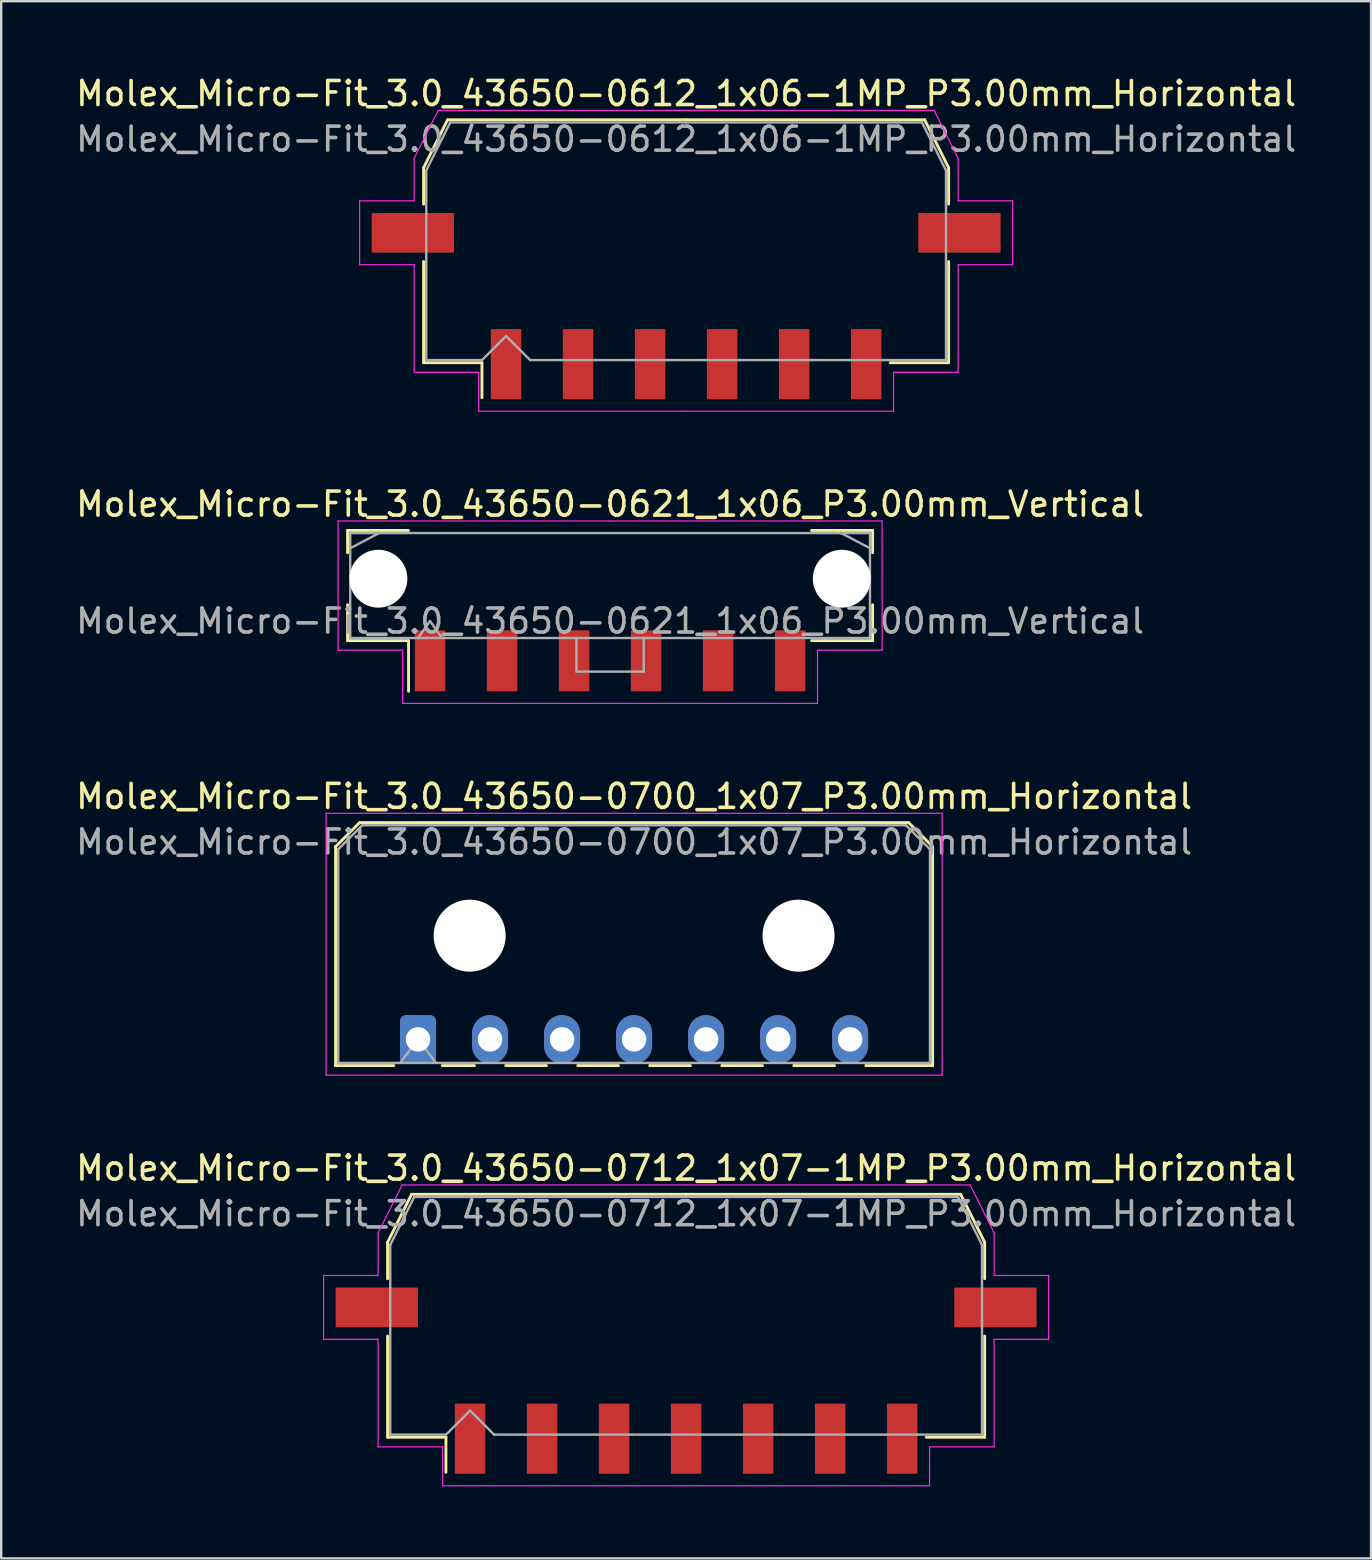
<source format=kicad_pcb>
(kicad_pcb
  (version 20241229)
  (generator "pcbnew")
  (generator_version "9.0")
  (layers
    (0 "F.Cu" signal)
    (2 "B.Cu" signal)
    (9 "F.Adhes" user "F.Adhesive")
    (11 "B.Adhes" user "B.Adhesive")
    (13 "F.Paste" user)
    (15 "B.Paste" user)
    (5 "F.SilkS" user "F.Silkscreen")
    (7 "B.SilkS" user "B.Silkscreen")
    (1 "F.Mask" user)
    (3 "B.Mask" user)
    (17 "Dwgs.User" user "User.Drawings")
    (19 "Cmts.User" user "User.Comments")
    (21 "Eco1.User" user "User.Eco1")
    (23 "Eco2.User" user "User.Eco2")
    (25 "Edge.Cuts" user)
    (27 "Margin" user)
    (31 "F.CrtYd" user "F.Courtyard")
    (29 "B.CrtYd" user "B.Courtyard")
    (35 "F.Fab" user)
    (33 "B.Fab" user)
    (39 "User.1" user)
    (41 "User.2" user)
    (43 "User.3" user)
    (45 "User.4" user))
  (footprint "Molex_Micro-Fit_3.0_43650-0700_1x07_P3.00mm_Horizontal"
    (layer "F.Cu")
    (at 14.363 40.245)
    (property "Reference" "Molex_Micro-Fit_3.0_43650-0700_1x07_P3.00mm_Horizontal" (at 9 -10.12 0) (layer "F.SilkS") (effects (font (size 1 1) (thickness 0.15))))
    (attr through_hole)
    (fp_line (start -3.435 -8.03) (end -2.435 -9.03) (stroke (width 0.12) (type solid)) (layer "F.SilkS"))
    (fp_line (start -3.435 1.09) (end -3.435 -8.03) (stroke (width 0.12) (type solid)) (layer "F.SilkS"))
    (fp_line (start -3.435 1.09) (end -1.01 1.09) (stroke (width 0.12) (type solid)) (layer "F.SilkS"))
    (fp_line (start -2.435 -9.03) (end 20.435 -9.03) (stroke (width 0.12) (type solid)) (layer "F.SilkS"))
    (fp_line (start 1.01 1.09) (end 2.348 1.09) (stroke (width 0.12) (type solid)) (layer "F.SilkS"))
    (fp_line (start 3.652 1.09) (end 5.348 1.09) (stroke (width 0.12) (type solid)) (layer "F.SilkS"))
    (fp_line (start 6.652 1.09) (end 8.348 1.09) (stroke (width 0.12) (type solid)) (layer "F.SilkS"))
    (fp_line (start 9.652 1.09) (end 11.348 1.09) (stroke (width 0.12) (type solid)) (layer "F.SilkS"))
    (fp_line (start 12.652 1.09) (end 14.348 1.09) (stroke (width 0.12) (type solid)) (layer "F.SilkS"))
    (fp_line (start 15.652 1.09) (end 17.348 1.09) (stroke (width 0.12) (type solid)) (layer "F.SilkS"))
    (fp_line (start 20.435 -9.03) (end 21.435 -8.03) (stroke (width 0.12) (type solid)) (layer "F.SilkS"))
    (fp_line (start 21.435 -8.03) (end 21.435 1.09) (stroke (width 0.12) (type solid)) (layer "F.SilkS"))
    (fp_line (start 21.435 1.09) (end 18.652 1.09) (stroke (width 0.12) (type solid)) (layer "F.SilkS"))
    (fp_line (start -3.83 -9.42) (end 21.83 -9.42) (stroke (width 0.05) (type solid)) (layer "F.CrtYd"))
    (fp_line (start -3.83 1.49) (end -3.83 -9.42) (stroke (width 0.05) (type solid)) (layer "F.CrtYd"))
    (fp_line (start 21.83 -9.42) (end 21.83 1.49) (stroke (width 0.05) (type solid)) (layer "F.CrtYd"))
    (fp_line (start 21.83 1.49) (end -3.83 1.49) (stroke (width 0.05) (type solid)) (layer "F.CrtYd"))
    (fp_line (start -3.325 -7.92) (end -2.325 -8.92) (stroke (width 0.1) (type solid)) (layer "F.Fab"))
    (fp_line (start -3.325 0.98) (end -3.325 -7.92) (stroke (width 0.1) (type solid)) (layer "F.Fab"))
    (fp_line (start -2.325 -8.92) (end 20.325 -8.92) (stroke (width 0.1) (type solid)) (layer "F.Fab"))
    (fp_line (start -0.75 0.98) (end 0 0) (stroke (width 0.1) (type solid)) (layer "F.Fab"))
    (fp_line (start 0 0) (end 0.75 0.98) (stroke (width 0.1) (type solid)) (layer "F.Fab"))
    (fp_line (start 20.325 -8.92) (end 21.325 -7.92) (stroke (width 0.1) (type solid)) (layer "F.Fab"))
    (fp_line (start 21.325 -7.92) (end 21.325 0.98) (stroke (width 0.1) (type solid)) (layer "F.Fab"))
    (fp_line (start 21.325 0.98) (end -3.325 0.98) (stroke (width 0.1) (type solid)) (layer "F.Fab"))
    (fp_text user "${REFERENCE}" (at 9 -8.22 0) (layer "F.Fab") (effects (font (size 1 1) (thickness 0.15))))
    (pad "" np_thru_hole circle (at 2.15 -4.32) (size 3 3) (drill 3) (layers "*.Cu" "*.Mask"))
    (pad "" np_thru_hole circle (at 15.85 -4.32) (size 3 3) (drill 3) (layers "*.Cu" "*.Mask"))
    (pad "1" thru_hole roundrect (at 0 0) (size 1.5 2.02) (drill 1.02) (layers "*.Cu" "*.Mask") (roundrect_rratio 0.167))
    (pad "2" thru_hole oval (at 3 0) (size 1.5 2.02) (drill 1.02) (layers "*.Cu" "*.Mask"))
    (pad "3" thru_hole oval (at 6 0) (size 1.5 2.02) (drill 1.02) (layers "*.Cu" "*.Mask"))
    (pad "4" thru_hole oval (at 9 0) (size 1.5 2.02) (drill 1.02) (layers "*.Cu" "*.Mask"))
    (pad "5" thru_hole oval (at 12 0) (size 1.5 2.02) (drill 1.02) (layers "*.Cu" "*.Mask"))
    (pad "6" thru_hole oval (at 15 0) (size 1.5 2.02) (drill 1.02) (layers "*.Cu" "*.Mask"))
    (pad "7" thru_hole oval (at 18 0) (size 1.5 2.02) (drill 1.02) (layers "*.Cu" "*.Mask")))
  (footprint "Molex_Micro-Fit_3.0_43650-0612_1x06-1MP_P3.00mm_Horizontal"
    (layer "F.Cu")
    (at 25.53 6.998)
    (property "Reference" "Molex_Micro-Fit_3.0_43650-0612_1x06-1MP_P3.00mm_Horizontal" (at 0 -6.15 0) (layer "F.SilkS") (effects (font (size 1 1) (thickness 0.15))))
    (attr smd)
    (fp_line (start -10.935 -3.06) (end -10.935 -1.545) (stroke (width 0.12) (type solid)) (layer "F.SilkS"))
    (fp_line (start -10.935 0.845) (end -10.935 5.06) (stroke (width 0.12) (type solid)) (layer "F.SilkS"))
    (fp_line (start -10.935 5.06) (end -8.505 5.06) (stroke (width 0.12) (type solid)) (layer "F.SilkS"))
    (fp_line (start -9.935 -5.06) (end -10.935 -3.06) (stroke (width 0.12) (type solid)) (layer "F.SilkS"))
    (fp_line (start -8.505 5.06) (end -8.505 6.52) (stroke (width 0.12) (type solid)) (layer "F.SilkS"))
    (fp_line (start 0 -5.06) (end -9.935 -5.06) (stroke (width 0.12) (type solid)) (layer "F.SilkS"))
    (fp_line (start 0 -5.06) (end 9.935 -5.06) (stroke (width 0.12) (type solid)) (layer "F.SilkS"))
    (fp_line (start 9.935 -5.06) (end 10.935 -3.06) (stroke (width 0.12) (type solid)) (layer "F.SilkS"))
    (fp_line (start 10.935 -3.06) (end 10.935 -1.545) (stroke (width 0.12) (type solid)) (layer "F.SilkS"))
    (fp_line (start 10.935 0.845) (end 10.935 5.06) (stroke (width 0.12) (type solid)) (layer "F.SilkS"))
    (fp_line (start 10.935 5.06) (end 8.505 5.06) (stroke (width 0.12) (type solid)) (layer "F.SilkS"))
    (fp_line (start -13.6 -1.68) (end -13.6 0.98) (stroke (width 0.05) (type solid)) (layer "F.CrtYd"))
    (fp_line (start -13.6 0.98) (end -11.33 0.98) (stroke (width 0.05) (type solid)) (layer "F.CrtYd"))
    (fp_line (start -11.33 -3.45) (end -11.33 -1.68) (stroke (width 0.05) (type solid)) (layer "F.CrtYd"))
    (fp_line (start -11.33 -1.68) (end -13.6 -1.68) (stroke (width 0.05) (type solid)) (layer "F.CrtYd"))
    (fp_line (start -11.33 0.98) (end -11.33 5.46) (stroke (width 0.05) (type solid)) (layer "F.CrtYd"))
    (fp_line (start -11.33 5.46) (end -8.64 5.46) (stroke (width 0.05) (type solid)) (layer "F.CrtYd"))
    (fp_line (start -10.33 -5.45) (end -11.33 -3.45) (stroke (width 0.05) (type solid)) (layer "F.CrtYd"))
    (fp_line (start -8.64 5.46) (end -8.64 7.08) (stroke (width 0.05) (type solid)) (layer "F.CrtYd"))
    (fp_line (start -8.64 7.08) (end 0 7.08) (stroke (width 0.05) (type solid)) (layer "F.CrtYd"))
    (fp_line (start 0 -5.45) (end -10.33 -5.45) (stroke (width 0.05) (type solid)) (layer "F.CrtYd"))
    (fp_line (start 0 -5.45) (end 10.33 -5.45) (stroke (width 0.05) (type solid)) (layer "F.CrtYd"))
    (fp_line (start 8.64 5.46) (end 8.64 7.08) (stroke (width 0.05) (type solid)) (layer "F.CrtYd"))
    (fp_line (start 8.64 7.08) (end 0 7.08) (stroke (width 0.05) (type solid)) (layer "F.CrtYd"))
    (fp_line (start 10.33 -5.45) (end 11.33 -3.45) (stroke (width 0.05) (type solid)) (layer "F.CrtYd"))
    (fp_line (start 11.33 -3.45) (end 11.33 -1.68) (stroke (width 0.05) (type solid)) (layer "F.CrtYd"))
    (fp_line (start 11.33 -1.68) (end 13.6 -1.68) (stroke (width 0.05) (type solid)) (layer "F.CrtYd"))
    (fp_line (start 11.33 0.98) (end 11.33 5.46) (stroke (width 0.05) (type solid)) (layer "F.CrtYd"))
    (fp_line (start 11.33 5.46) (end 8.64 5.46) (stroke (width 0.05) (type solid)) (layer "F.CrtYd"))
    (fp_line (start 13.6 -1.68) (end 13.6 0.98) (stroke (width 0.05) (type solid)) (layer "F.CrtYd"))
    (fp_line (start 13.6 0.98) (end 11.33 0.98) (stroke (width 0.05) (type solid)) (layer "F.CrtYd"))
    (fp_line (start -10.825 -2.95) (end -10.825 -1.175) (stroke (width 0.1) (type solid)) (layer "F.Fab"))
    (fp_line (start -10.825 -1.175) (end -10.825 4.95) (stroke (width 0.1) (type solid)) (layer "F.Fab"))
    (fp_line (start -10.825 4.95) (end -8.5 4.95) (stroke (width 0.1) (type solid)) (layer "F.Fab"))
    (fp_line (start -9.825 -4.95) (end -10.825 -2.95) (stroke (width 0.1) (type solid)) (layer "F.Fab"))
    (fp_line (start -8.5 4.95) (end -7.5 3.95) (stroke (width 0.1) (type solid)) (layer "F.Fab"))
    (fp_line (start -7.5 3.95) (end -6.5 4.95) (stroke (width 0.1) (type solid)) (layer "F.Fab"))
    (fp_line (start -6.5 4.95) (end 0 4.95) (stroke (width 0.1) (type solid)) (layer "F.Fab"))
    (fp_line (start 0 -4.95) (end -9.825 -4.95) (stroke (width 0.1) (type solid)) (layer "F.Fab"))
    (fp_line (start 0 -4.95) (end 9.825 -4.95) (stroke (width 0.1) (type solid)) (layer "F.Fab"))
    (fp_line (start 8.135 4.95) (end 0 4.95) (stroke (width 0.1) (type solid)) (layer "F.Fab"))
    (fp_line (start 9.825 -4.95) (end 10.825 -2.95) (stroke (width 0.1) (type solid)) (layer "F.Fab"))
    (fp_line (start 10.825 -2.95) (end 10.825 -1.175) (stroke (width 0.1) (type solid)) (layer "F.Fab"))
    (fp_line (start 10.825 -1.175) (end 10.825 4.95) (stroke (width 0.1) (type solid)) (layer "F.Fab"))
    (fp_line (start 10.825 4.95) (end 8.135 4.95) (stroke (width 0.1) (type solid)) (layer "F.Fab"))
    (fp_text user "${REFERENCE}" (at 0 -4.25 0) (layer "F.Fab") (effects (font (size 1 1) (thickness 0.15))))
    (pad "1" smd rect (at -7.5 5.12) (size 1.27 2.92) (layers "F.Cu" "F.Mask" "F.Paste"))
    (pad "2" smd rect (at -4.5 5.12) (size 1.27 2.92) (layers "F.Cu" "F.Mask" "F.Paste"))
    (pad "3" smd rect (at -1.5 5.12) (size 1.27 2.92) (layers "F.Cu" "F.Mask" "F.Paste"))
    (pad "4" smd rect (at 1.5 5.12) (size 1.27 2.92) (layers "F.Cu" "F.Mask" "F.Paste"))
    (pad "5" smd rect (at 4.5 5.12) (size 1.27 2.92) (layers "F.Cu" "F.Mask" "F.Paste"))
    (pad "6" smd rect (at 7.5 5.12) (size 1.27 2.92) (layers "F.Cu" "F.Mask" "F.Paste"))
    (pad "MP" smd rect (at -11.385 -0.35) (size 3.43 1.65) (layers "F.Cu" "F.Mask" "F.Paste"))
    (pad "MP" smd rect (at 11.385 -0.35) (size 3.43 1.65) (layers "F.Cu" "F.Mask" "F.Paste")))
  (footprint "Molex_Micro-Fit_3.0_43650-0621_1x06_P3.00mm_Vertical"
    (layer "F.Cu")
    (at 22.363 21.341)
    (property "Reference" "Molex_Micro-Fit_3.0_43650-0621_1x06_P3.00mm_Vertical" (at 0 -3.39 0) (layer "F.SilkS") (effects (font (size 1 1) (thickness 0.15))))
    (attr smd)
    (fp_line (start -10.935 -2.295) (end -9.515 -2.295) (stroke (width 0.12) (type solid)) (layer "F.SilkS"))
    (fp_line (start -10.935 -1.37) (end -10.935 -2.295) (stroke (width 0.12) (type solid)) (layer "F.SilkS"))
    (fp_line (start -10.935 0.8) (end -10.935 2.295) (stroke (width 0.12) (type solid)) (layer "F.SilkS"))
    (fp_line (start -10.935 2.295) (end -8.395 2.295) (stroke (width 0.12) (type solid)) (layer "F.SilkS"))
    (fp_line (start -9.515 -2.295) (end -8.395 -2.295) (stroke (width 0.12) (type solid)) (layer "F.SilkS"))
    (fp_line (start -8.395 2.295) (end -8.395 4.405) (stroke (width 0.12) (type solid)) (layer "F.SilkS"))
    (fp_line (start 9.515 -2.295) (end 8.395 -2.295) (stroke (width 0.12) (type solid)) (layer "F.SilkS"))
    (fp_line (start 10.935 -2.295) (end 9.515 -2.295) (stroke (width 0.12) (type solid)) (layer "F.SilkS"))
    (fp_line (start 10.935 -1.37) (end 10.935 -2.295) (stroke (width 0.12) (type solid)) (layer "F.SilkS"))
    (fp_line (start 10.935 0.8) (end 10.935 2.295) (stroke (width 0.12) (type solid)) (layer "F.SilkS"))
    (fp_line (start 10.935 2.295) (end 8.395 2.295) (stroke (width 0.12) (type solid)) (layer "F.SilkS"))
    (fp_line (start -11.33 -2.69) (end -11.33 2.69) (stroke (width 0.05) (type solid)) (layer "F.CrtYd"))
    (fp_line (start -11.33 2.69) (end -8.64 2.69) (stroke (width 0.05) (type solid)) (layer "F.CrtYd"))
    (fp_line (start -8.64 -2.69) (end -11.33 -2.69) (stroke (width 0.05) (type solid)) (layer "F.CrtYd"))
    (fp_line (start -8.64 2.69) (end -8.64 4.91) (stroke (width 0.05) (type solid)) (layer "F.CrtYd"))
    (fp_line (start -8.64 4.91) (end 0 4.91) (stroke (width 0.05) (type solid)) (layer "F.CrtYd"))
    (fp_line (start 0 -2.69) (end -8.64 -2.69) (stroke (width 0.05) (type solid)) (layer "F.CrtYd"))
    (fp_line (start 0 -2.69) (end 8.64 -2.69) (stroke (width 0.05) (type solid)) (layer "F.CrtYd"))
    (fp_line (start 8.64 -2.69) (end 11.33 -2.69) (stroke (width 0.05) (type solid)) (layer "F.CrtYd"))
    (fp_line (start 8.64 2.69) (end 8.64 4.91) (stroke (width 0.05) (type solid)) (layer "F.CrtYd"))
    (fp_line (start 8.64 4.91) (end 0 4.91) (stroke (width 0.05) (type solid)) (layer "F.CrtYd"))
    (fp_line (start 11.33 -2.69) (end 11.33 2.69) (stroke (width 0.05) (type solid)) (layer "F.CrtYd"))
    (fp_line (start 11.33 2.69) (end 8.64 2.69) (stroke (width 0.05) (type solid)) (layer "F.CrtYd"))
    (fp_line (start -10.825 -2.185) (end -10.825 2.185) (stroke (width 0.1) (type solid)) (layer "F.Fab"))
    (fp_line (start -10.825 -1.555) (end -9.625 -2.185) (stroke (width 0.1) (type solid)) (layer "F.Fab"))
    (fp_line (start -10.825 2.185) (end 10.825 2.185) (stroke (width 0.1) (type solid)) (layer "F.Fab"))
    (fp_line (start -9.625 -2.185) (end -10.825 -2.185) (stroke (width 0.1) (type solid)) (layer "F.Fab"))
    (fp_line (start -8 2.185) (end -7.5 1.478) (stroke (width 0.1) (type solid)) (layer "F.Fab"))
    (fp_line (start -7.5 1.478) (end -7 2.185) (stroke (width 0.1) (type solid)) (layer "F.Fab"))
    (fp_line (start -1.4 2.185) (end -1.4 3.585) (stroke (width 0.1) (type solid)) (layer "F.Fab"))
    (fp_line (start -1.4 3.585) (end 1.4 3.585) (stroke (width 0.1) (type solid)) (layer "F.Fab"))
    (fp_line (start 1.4 3.585) (end 1.4 2.185) (stroke (width 0.1) (type solid)) (layer "F.Fab"))
    (fp_line (start 9.625 -2.185) (end -9.625 -2.185) (stroke (width 0.1) (type solid)) (layer "F.Fab"))
    (fp_line (start 10.825 -2.185) (end 9.625 -2.185) (stroke (width 0.1) (type solid)) (layer "F.Fab"))
    (fp_line (start 10.825 -1.555) (end 9.625 -2.185) (stroke (width 0.1) (type solid)) (layer "F.Fab"))
    (fp_line (start 10.825 2.185) (end 10.825 -2.185) (stroke (width 0.1) (type solid)) (layer "F.Fab"))
    (fp_text user "${REFERENCE}" (at 0 1.48 0) (layer "F.Fab") (effects (font (size 1 1) (thickness 0.15))))
    (pad "" np_thru_hole circle (at -9.65 -0.285) (size 2.41 2.41) (drill 2.41) (layers "*.Cu" "*.Mask"))
    (pad "" np_thru_hole circle (at 9.65 -0.285) (size 2.41 2.41) (drill 2.41) (layers "*.Cu" "*.Mask"))
    (pad "1" smd rect (at -7.5 3.135) (size 1.27 2.54) (layers "F.Cu" "F.Mask" "F.Paste"))
    (pad "2" smd rect (at -4.5 3.135) (size 1.27 2.54) (layers "F.Cu" "F.Mask" "F.Paste"))
    (pad "3" smd rect (at -1.5 3.135) (size 1.27 2.54) (layers "F.Cu" "F.Mask" "F.Paste"))
    (pad "4" smd rect (at 1.5 3.135) (size 1.27 2.54) (layers "F.Cu" "F.Mask" "F.Paste"))
    (pad "5" smd rect (at 4.5 3.135) (size 1.27 2.54) (layers "F.Cu" "F.Mask" "F.Paste"))
    (pad "6" smd rect (at 7.5 3.135) (size 1.27 2.54) (layers "F.Cu" "F.Mask" "F.Paste")))
  (footprint "Molex_Micro-Fit_3.0_43650-0712_1x07-1MP_P3.00mm_Horizontal"
    (layer "F.Cu")
    (at 25.53 51.758)
    (property "Reference" "Molex_Micro-Fit_3.0_43650-0712_1x07-1MP_P3.00mm_Horizontal" (at 0 -6.15 0) (layer "F.SilkS") (effects (font (size 1 1) (thickness 0.15))))
    (attr smd)
    (fp_line (start -12.435 -3.06) (end -12.435 -1.545) (stroke (width 0.12) (type solid)) (layer "F.SilkS"))
    (fp_line (start -12.435 0.845) (end -12.435 5.06) (stroke (width 0.12) (type solid)) (layer "F.SilkS"))
    (fp_line (start -12.435 5.06) (end -10.005 5.06) (stroke (width 0.12) (type solid)) (layer "F.SilkS"))
    (fp_line (start -11.435 -5.06) (end -12.435 -3.06) (stroke (width 0.12) (type solid)) (layer "F.SilkS"))
    (fp_line (start -10.005 5.06) (end -10.005 6.52) (stroke (width 0.12) (type solid)) (layer "F.SilkS"))
    (fp_line (start 0 -5.06) (end -11.435 -5.06) (stroke (width 0.12) (type solid)) (layer "F.SilkS"))
    (fp_line (start 0 -5.06) (end 11.435 -5.06) (stroke (width 0.12) (type solid)) (layer "F.SilkS"))
    (fp_line (start 11.435 -5.06) (end 12.435 -3.06) (stroke (width 0.12) (type solid)) (layer "F.SilkS"))
    (fp_line (start 12.435 -3.06) (end 12.435 -1.545) (stroke (width 0.12) (type solid)) (layer "F.SilkS"))
    (fp_line (start 12.435 0.845) (end 12.435 5.06) (stroke (width 0.12) (type solid)) (layer "F.SilkS"))
    (fp_line (start 12.435 5.06) (end 10.005 5.06) (stroke (width 0.12) (type solid)) (layer "F.SilkS"))
    (fp_line (start -15.1 -1.68) (end -15.1 0.98) (stroke (width 0.05) (type solid)) (layer "F.CrtYd"))
    (fp_line (start -15.1 0.98) (end -12.83 0.98) (stroke (width 0.05) (type solid)) (layer "F.CrtYd"))
    (fp_line (start -12.83 -3.45) (end -12.83 -1.68) (stroke (width 0.05) (type solid)) (layer "F.CrtYd"))
    (fp_line (start -12.83 -1.68) (end -15.1 -1.68) (stroke (width 0.05) (type solid)) (layer "F.CrtYd"))
    (fp_line (start -12.83 0.98) (end -12.83 5.46) (stroke (width 0.05) (type solid)) (layer "F.CrtYd"))
    (fp_line (start -12.83 5.46) (end -10.14 5.46) (stroke (width 0.05) (type solid)) (layer "F.CrtYd"))
    (fp_line (start -11.83 -5.45) (end -12.83 -3.45) (stroke (width 0.05) (type solid)) (layer "F.CrtYd"))
    (fp_line (start -10.14 5.46) (end -10.14 7.08) (stroke (width 0.05) (type solid)) (layer "F.CrtYd"))
    (fp_line (start -10.14 7.08) (end 0 7.08) (stroke (width 0.05) (type solid)) (layer "F.CrtYd"))
    (fp_line (start 0 -5.45) (end -11.83 -5.45) (stroke (width 0.05) (type solid)) (layer "F.CrtYd"))
    (fp_line (start 0 -5.45) (end 11.83 -5.45) (stroke (width 0.05) (type solid)) (layer "F.CrtYd"))
    (fp_line (start 10.14 5.46) (end 10.14 7.08) (stroke (width 0.05) (type solid)) (layer "F.CrtYd"))
    (fp_line (start 10.14 7.08) (end 0 7.08) (stroke (width 0.05) (type solid)) (layer "F.CrtYd"))
    (fp_line (start 11.83 -5.45) (end 12.83 -3.45) (stroke (width 0.05) (type solid)) (layer "F.CrtYd"))
    (fp_line (start 12.83 -3.45) (end 12.83 -1.68) (stroke (width 0.05) (type solid)) (layer "F.CrtYd"))
    (fp_line (start 12.83 -1.68) (end 15.1 -1.68) (stroke (width 0.05) (type solid)) (layer "F.CrtYd"))
    (fp_line (start 12.83 0.98) (end 12.83 5.46) (stroke (width 0.05) (type solid)) (layer "F.CrtYd"))
    (fp_line (start 12.83 5.46) (end 10.14 5.46) (stroke (width 0.05) (type solid)) (layer "F.CrtYd"))
    (fp_line (start 15.1 -1.68) (end 15.1 0.98) (stroke (width 0.05) (type solid)) (layer "F.CrtYd"))
    (fp_line (start 15.1 0.98) (end 12.83 0.98) (stroke (width 0.05) (type solid)) (layer "F.CrtYd"))
    (fp_line (start -12.325 -2.95) (end -12.325 -1.175) (stroke (width 0.1) (type solid)) (layer "F.Fab"))
    (fp_line (start -12.325 -1.175) (end -12.325 4.95) (stroke (width 0.1) (type solid)) (layer "F.Fab"))
    (fp_line (start -12.325 4.95) (end -10 4.95) (stroke (width 0.1) (type solid)) (layer "F.Fab"))
    (fp_line (start -11.325 -4.95) (end -12.325 -2.95) (stroke (width 0.1) (type solid)) (layer "F.Fab"))
    (fp_line (start -10 4.95) (end -9 3.95) (stroke (width 0.1) (type solid)) (layer "F.Fab"))
    (fp_line (start -9 3.95) (end -8 4.95) (stroke (width 0.1) (type solid)) (layer "F.Fab"))
    (fp_line (start -8 4.95) (end 0 4.95) (stroke (width 0.1) (type solid)) (layer "F.Fab"))
    (fp_line (start 0 -4.95) (end -11.325 -4.95) (stroke (width 0.1) (type solid)) (layer "F.Fab"))
    (fp_line (start 0 -4.95) (end 11.325 -4.95) (stroke (width 0.1) (type solid)) (layer "F.Fab"))
    (fp_line (start 9.635 4.95) (end 0 4.95) (stroke (width 0.1) (type solid)) (layer "F.Fab"))
    (fp_line (start 11.325 -4.95) (end 12.325 -2.95) (stroke (width 0.1) (type solid)) (layer "F.Fab"))
    (fp_line (start 12.325 -2.95) (end 12.325 -1.175) (stroke (width 0.1) (type solid)) (layer "F.Fab"))
    (fp_line (start 12.325 -1.175) (end 12.325 4.95) (stroke (width 0.1) (type solid)) (layer "F.Fab"))
    (fp_line (start 12.325 4.95) (end 9.635 4.95) (stroke (width 0.1) (type solid)) (layer "F.Fab"))
    (fp_text user "${REFERENCE}" (at 0 -4.25 0) (layer "F.Fab") (effects (font (size 1 1) (thickness 0.15))))
    (pad "1" smd rect (at -9 5.12) (size 1.27 2.92) (layers "F.Cu" "F.Mask" "F.Paste"))
    (pad "2" smd rect (at -6 5.12) (size 1.27 2.92) (layers "F.Cu" "F.Mask" "F.Paste"))
    (pad "3" smd rect (at -3 5.12) (size 1.27 2.92) (layers "F.Cu" "F.Mask" "F.Paste"))
    (pad "4" smd rect (at 0 5.12) (size 1.27 2.92) (layers "F.Cu" "F.Mask" "F.Paste"))
    (pad "5" smd rect (at 3 5.12) (size 1.27 2.92) (layers "F.Cu" "F.Mask" "F.Paste"))
    (pad "6" smd rect (at 6 5.12) (size 1.27 2.92) (layers "F.Cu" "F.Mask" "F.Paste"))
    (pad "7" smd rect (at 9 5.12) (size 1.27 2.92) (layers "F.Cu" "F.Mask" "F.Paste"))
    (pad "MP" smd rect (at -12.885 -0.35) (size 3.43 1.65) (layers "F.Cu" "F.Mask" "F.Paste"))
    (pad "MP" smd rect (at 12.885 -0.35) (size 3.43 1.65) (layers "F.Cu" "F.Mask" "F.Paste")))
  (gr_rect
    (start -3 -3)
    (end 54.06 61.863)
    (stroke (width 0.1) (type default))
    (fill no)
    (layer "Edge.Cuts")))
</source>
